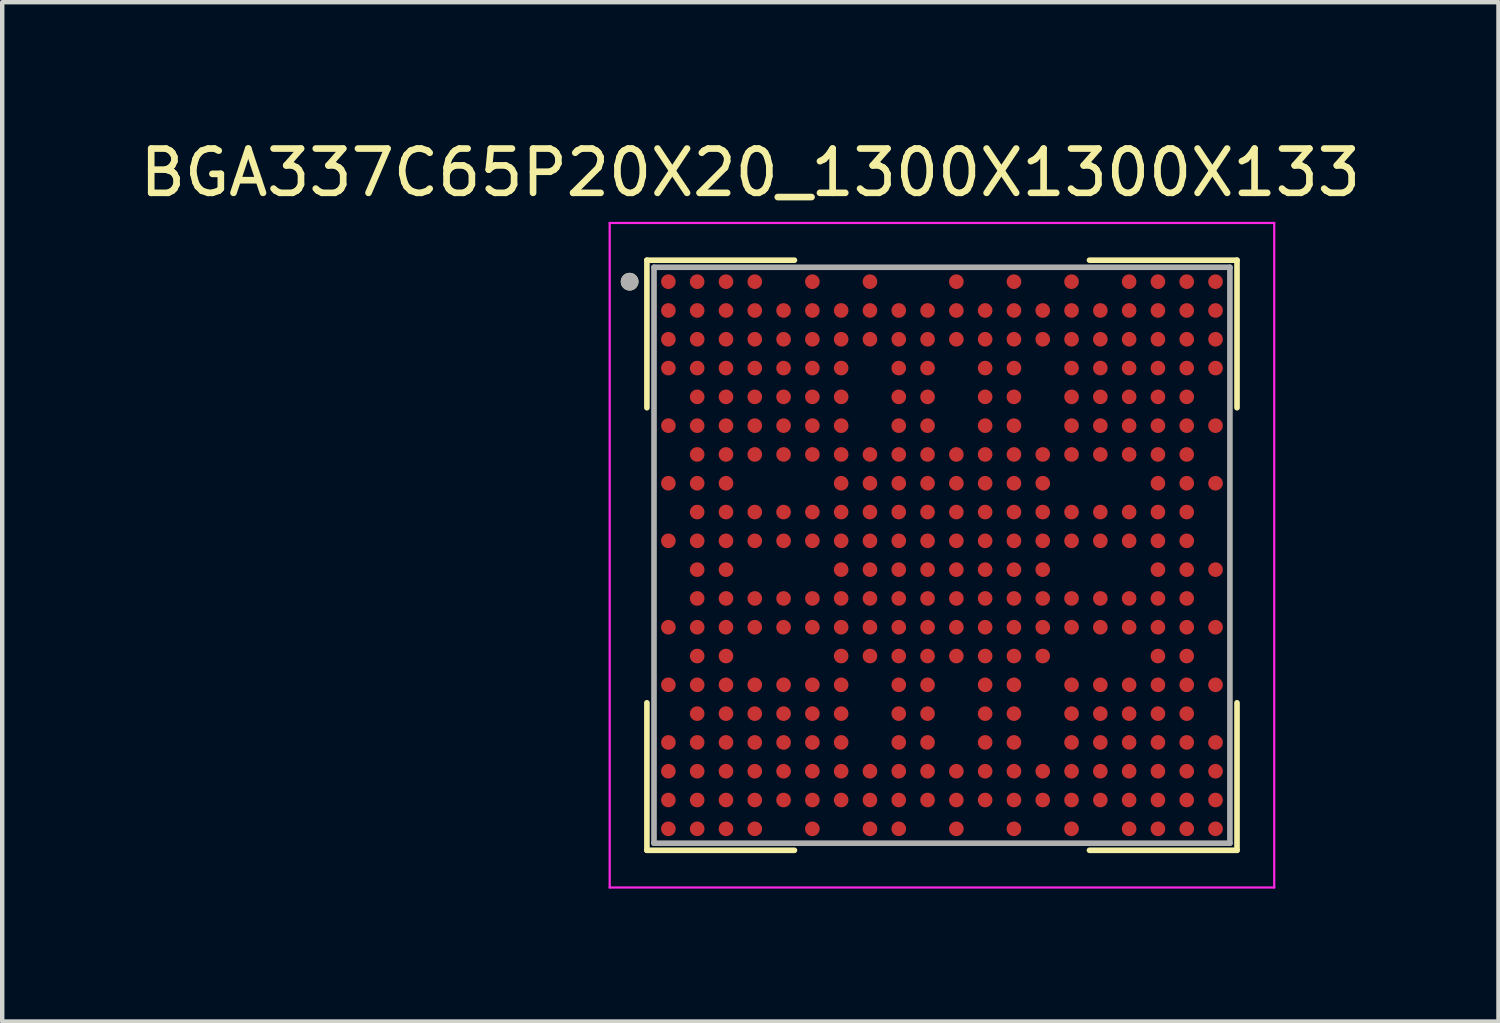
<source format=kicad_pcb>
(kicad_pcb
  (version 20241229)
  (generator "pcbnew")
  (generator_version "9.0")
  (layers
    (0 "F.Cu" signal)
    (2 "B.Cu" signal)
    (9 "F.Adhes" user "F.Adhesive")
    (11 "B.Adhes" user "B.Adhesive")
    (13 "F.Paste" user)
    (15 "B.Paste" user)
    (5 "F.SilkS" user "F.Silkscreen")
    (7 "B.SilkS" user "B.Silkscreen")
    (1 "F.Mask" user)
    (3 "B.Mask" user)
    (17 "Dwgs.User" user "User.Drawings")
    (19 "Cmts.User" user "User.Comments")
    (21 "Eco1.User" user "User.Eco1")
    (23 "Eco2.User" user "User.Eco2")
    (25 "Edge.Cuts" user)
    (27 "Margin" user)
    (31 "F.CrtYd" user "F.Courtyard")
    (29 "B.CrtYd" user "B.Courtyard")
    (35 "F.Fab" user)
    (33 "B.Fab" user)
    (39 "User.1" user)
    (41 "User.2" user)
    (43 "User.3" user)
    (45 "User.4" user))
  (footprint "BGA337C65P20X20_1300X1300X133"
    (layer "F.Cu")
    (at 18.212 9.483)
    (property "Reference" "BGA337C65P20X20_1300X1300X133" (at -4.325 -8.635 0) (layer "F.SilkS") (effects (font (size 1 1) (thickness 0.15))))
    (attr smd)
    (fp_line (start -6.66 -6.66) (end -6.66 -3.33) (stroke (width 0.127) (type solid)) (layer "F.SilkS"))
    (fp_line (start -6.66 -6.66) (end -3.33 -6.66) (stroke (width 0.127) (type solid)) (layer "F.SilkS"))
    (fp_line (start -6.66 6.66) (end -6.66 3.33) (stroke (width 0.127) (type solid)) (layer "F.SilkS"))
    (fp_line (start -6.66 6.66) (end -3.33 6.66) (stroke (width 0.127) (type solid)) (layer "F.SilkS"))
    (fp_line (start 6.66 -6.66) (end 3.33 -6.66) (stroke (width 0.127) (type solid)) (layer "F.SilkS"))
    (fp_line (start 6.66 -6.66) (end 6.66 -3.33) (stroke (width 0.127) (type solid)) (layer "F.SilkS"))
    (fp_line (start 6.66 6.66) (end 3.33 6.66) (stroke (width 0.127) (type solid)) (layer "F.SilkS"))
    (fp_line (start 6.66 6.66) (end 6.66 3.33) (stroke (width 0.127) (type solid)) (layer "F.SilkS"))
    (fp_circle (center -7.05 -6.175) (end -6.95 -6.175) (stroke (width 0.2) (type solid)) (fill no) (layer "F.SilkS"))
    (fp_line (start -7.5 -7.5) (end 7.5 -7.5) (stroke (width 0.05) (type solid)) (layer "F.CrtYd"))
    (fp_line (start -7.5 7.5) (end -7.5 -7.5) (stroke (width 0.05) (type solid)) (layer "F.CrtYd"))
    (fp_line (start -7.5 7.5) (end 7.5 7.5) (stroke (width 0.05) (type solid)) (layer "F.CrtYd"))
    (fp_line (start 7.5 7.5) (end 7.5 -7.5) (stroke (width 0.05) (type solid)) (layer "F.CrtYd"))
    (fp_line (start -6.5 6.5) (end -6.5 -6.5) (stroke (width 0.127) (type solid)) (layer "F.Fab"))
    (fp_line (start 6.5 -6.5) (end -6.5 -6.5) (stroke (width 0.127) (type solid)) (layer "F.Fab"))
    (fp_line (start 6.5 6.5) (end -6.5 6.5) (stroke (width 0.127) (type solid)) (layer "F.Fab"))
    (fp_line (start 6.5 6.5) (end 6.5 -6.5) (stroke (width 0.127) (type solid)) (layer "F.Fab"))
    (fp_circle (center -7.05 -6.175) (end -6.95 -6.175) (stroke (width 0.2) (type solid)) (fill no) (layer "F.Fab"))
    (pad "A1" smd circle (at -6.175 -6.175) (size 0.33 0.33) (layers "F.Cu" "F.Mask" "F.Paste"))
    (pad "A2" smd circle (at -5.525 -6.175) (size 0.33 0.33) (layers "F.Cu" "F.Mask" "F.Paste"))
    (pad "A3" smd circle (at -4.875 -6.175) (size 0.33 0.33) (layers "F.Cu" "F.Mask" "F.Paste"))
    (pad "A4" smd circle (at -4.225 -6.175) (size 0.33 0.33) (layers "F.Cu" "F.Mask" "F.Paste"))
    (pad "A6" smd circle (at -2.925 -6.175) (size 0.33 0.33) (layers "F.Cu" "F.Mask" "F.Paste"))
    (pad "A8" smd circle (at -1.625 -6.175) (size 0.33 0.33) (layers "F.Cu" "F.Mask" "F.Paste"))
    (pad "A11" smd circle (at 0.325 -6.175) (size 0.33 0.33) (layers "F.Cu" "F.Mask" "F.Paste"))
    (pad "A13" smd circle (at 1.625 -6.175) (size 0.33 0.33) (layers "F.Cu" "F.Mask" "F.Paste"))
    (pad "A15" smd circle (at 2.925 -6.175) (size 0.33 0.33) (layers "F.Cu" "F.Mask" "F.Paste"))
    (pad "A17" smd circle (at 4.225 -6.175) (size 0.33 0.33) (layers "F.Cu" "F.Mask" "F.Paste"))
    (pad "A18" smd circle (at 4.875 -6.175) (size 0.33 0.33) (layers "F.Cu" "F.Mask" "F.Paste"))
    (pad "A19" smd circle (at 5.525 -6.175) (size 0.33 0.33) (layers "F.Cu" "F.Mask" "F.Paste"))
    (pad "A20" smd circle (at 6.175 -6.175) (size 0.33 0.33) (layers "F.Cu" "F.Mask" "F.Paste"))
    (pad "B1" smd circle (at -6.175 -5.525) (size 0.33 0.33) (layers "F.Cu" "F.Mask" "F.Paste"))
    (pad "B2" smd circle (at -5.525 -5.525) (size 0.33 0.33) (layers "F.Cu" "F.Mask" "F.Paste"))
    (pad "B3" smd circle (at -4.875 -5.525) (size 0.33 0.33) (layers "F.Cu" "F.Mask" "F.Paste"))
    (pad "B4" smd circle (at -4.225 -5.525) (size 0.33 0.33) (layers "F.Cu" "F.Mask" "F.Paste"))
    (pad "B5" smd circle (at -3.575 -5.525) (size 0.33 0.33) (layers "F.Cu" "F.Mask" "F.Paste"))
    (pad "B6" smd circle (at -2.925 -5.525) (size 0.33 0.33) (layers "F.Cu" "F.Mask" "F.Paste"))
    (pad "B7" smd circle (at -2.275 -5.525) (size 0.33 0.33) (layers "F.Cu" "F.Mask" "F.Paste"))
    (pad "B8" smd circle (at -1.625 -5.525) (size 0.33 0.33) (layers "F.Cu" "F.Mask" "F.Paste"))
    (pad "B9" smd circle (at -0.975 -5.525) (size 0.33 0.33) (layers "F.Cu" "F.Mask" "F.Paste"))
    (pad "B10" smd circle (at -0.325 -5.525) (size 0.33 0.33) (layers "F.Cu" "F.Mask" "F.Paste"))
    (pad "B11" smd circle (at 0.325 -5.525) (size 0.33 0.33) (layers "F.Cu" "F.Mask" "F.Paste"))
    (pad "B12" smd circle (at 0.975 -5.525) (size 0.33 0.33) (layers "F.Cu" "F.Mask" "F.Paste"))
    (pad "B13" smd circle (at 1.625 -5.525) (size 0.33 0.33) (layers "F.Cu" "F.Mask" "F.Paste"))
    (pad "B14" smd circle (at 2.275 -5.525) (size 0.33 0.33) (layers "F.Cu" "F.Mask" "F.Paste"))
    (pad "B15" smd circle (at 2.925 -5.525) (size 0.33 0.33) (layers "F.Cu" "F.Mask" "F.Paste"))
    (pad "B16" smd circle (at 3.575 -5.525) (size 0.33 0.33) (layers "F.Cu" "F.Mask" "F.Paste"))
    (pad "B17" smd circle (at 4.225 -5.525) (size 0.33 0.33) (layers "F.Cu" "F.Mask" "F.Paste"))
    (pad "B18" smd circle (at 4.875 -5.525) (size 0.33 0.33) (layers "F.Cu" "F.Mask" "F.Paste"))
    (pad "B19" smd circle (at 5.525 -5.525) (size 0.33 0.33) (layers "F.Cu" "F.Mask" "F.Paste"))
    (pad "B20" smd circle (at 6.175 -5.525) (size 0.33 0.33) (layers "F.Cu" "F.Mask" "F.Paste"))
    (pad "C1" smd circle (at -6.175 -4.875) (size 0.33 0.33) (layers "F.Cu" "F.Mask" "F.Paste"))
    (pad "C2" smd circle (at -5.525 -4.875) (size 0.33 0.33) (layers "F.Cu" "F.Mask" "F.Paste"))
    (pad "C3" smd circle (at -4.875 -4.875) (size 0.33 0.33) (layers "F.Cu" "F.Mask" "F.Paste"))
    (pad "C4" smd circle (at -4.225 -4.875) (size 0.33 0.33) (layers "F.Cu" "F.Mask" "F.Paste"))
    (pad "C5" smd circle (at -3.575 -4.875) (size 0.33 0.33) (layers "F.Cu" "F.Mask" "F.Paste"))
    (pad "C6" smd circle (at -2.925 -4.875) (size 0.33 0.33) (layers "F.Cu" "F.Mask" "F.Paste"))
    (pad "C7" smd circle (at -2.275 -4.875) (size 0.33 0.33) (layers "F.Cu" "F.Mask" "F.Paste"))
    (pad "C8" smd circle (at -1.625 -4.875) (size 0.33 0.33) (layers "F.Cu" "F.Mask" "F.Paste"))
    (pad "C9" smd circle (at -0.975 -4.875) (size 0.33 0.33) (layers "F.Cu" "F.Mask" "F.Paste"))
    (pad "C10" smd circle (at -0.325 -4.875) (size 0.33 0.33) (layers "F.Cu" "F.Mask" "F.Paste"))
    (pad "C11" smd circle (at 0.325 -4.875) (size 0.33 0.33) (layers "F.Cu" "F.Mask" "F.Paste"))
    (pad "C12" smd circle (at 0.975 -4.875) (size 0.33 0.33) (layers "F.Cu" "F.Mask" "F.Paste"))
    (pad "C13" smd circle (at 1.625 -4.875) (size 0.33 0.33) (layers "F.Cu" "F.Mask" "F.Paste"))
    (pad "C14" smd circle (at 2.275 -4.875) (size 0.33 0.33) (layers "F.Cu" "F.Mask" "F.Paste"))
    (pad "C15" smd circle (at 2.925 -4.875) (size 0.33 0.33) (layers "F.Cu" "F.Mask" "F.Paste"))
    (pad "C16" smd circle (at 3.575 -4.875) (size 0.33 0.33) (layers "F.Cu" "F.Mask" "F.Paste"))
    (pad "C17" smd circle (at 4.225 -4.875) (size 0.33 0.33) (layers "F.Cu" "F.Mask" "F.Paste"))
    (pad "C18" smd circle (at 4.875 -4.875) (size 0.33 0.33) (layers "F.Cu" "F.Mask" "F.Paste"))
    (pad "C19" smd circle (at 5.525 -4.875) (size 0.33 0.33) (layers "F.Cu" "F.Mask" "F.Paste"))
    (pad "C20" smd circle (at 6.175 -4.875) (size 0.33 0.33) (layers "F.Cu" "F.Mask" "F.Paste"))
    (pad "D1" smd circle (at -6.175 -4.225) (size 0.33 0.33) (layers "F.Cu" "F.Mask" "F.Paste"))
    (pad "D2" smd circle (at -5.525 -4.225) (size 0.33 0.33) (layers "F.Cu" "F.Mask" "F.Paste"))
    (pad "D3" smd circle (at -4.875 -4.225) (size 0.33 0.33) (layers "F.Cu" "F.Mask" "F.Paste"))
    (pad "D4" smd circle (at -4.225 -4.225) (size 0.33 0.33) (layers "F.Cu" "F.Mask" "F.Paste"))
    (pad "D5" smd circle (at -3.575 -4.225) (size 0.33 0.33) (layers "F.Cu" "F.Mask" "F.Paste"))
    (pad "D6" smd circle (at -2.925 -4.225) (size 0.33 0.33) (layers "F.Cu" "F.Mask" "F.Paste"))
    (pad "D7" smd circle (at -2.275 -4.225) (size 0.33 0.33) (layers "F.Cu" "F.Mask" "F.Paste"))
    (pad "D9" smd circle (at -0.975 -4.225) (size 0.33 0.33) (layers "F.Cu" "F.Mask" "F.Paste"))
    (pad "D10" smd circle (at -0.325 -4.225) (size 0.33 0.33) (layers "F.Cu" "F.Mask" "F.Paste"))
    (pad "D12" smd circle (at 0.975 -4.225) (size 0.33 0.33) (layers "F.Cu" "F.Mask" "F.Paste"))
    (pad "D13" smd circle (at 1.625 -4.225) (size 0.33 0.33) (layers "F.Cu" "F.Mask" "F.Paste"))
    (pad "D15" smd circle (at 2.925 -4.225) (size 0.33 0.33) (layers "F.Cu" "F.Mask" "F.Paste"))
    (pad "D16" smd circle (at 3.575 -4.225) (size 0.33 0.33) (layers "F.Cu" "F.Mask" "F.Paste"))
    (pad "D17" smd circle (at 4.225 -4.225) (size 0.33 0.33) (layers "F.Cu" "F.Mask" "F.Paste"))
    (pad "D18" smd circle (at 4.875 -4.225) (size 0.33 0.33) (layers "F.Cu" "F.Mask" "F.Paste"))
    (pad "D19" smd circle (at 5.525 -4.225) (size 0.33 0.33) (layers "F.Cu" "F.Mask" "F.Paste"))
    (pad "D20" smd circle (at 6.175 -4.225) (size 0.33 0.33) (layers "F.Cu" "F.Mask" "F.Paste"))
    (pad "E2" smd circle (at -5.525 -3.575) (size 0.33 0.33) (layers "F.Cu" "F.Mask" "F.Paste"))
    (pad "E3" smd circle (at -4.875 -3.575) (size 0.33 0.33) (layers "F.Cu" "F.Mask" "F.Paste"))
    (pad "E4" smd circle (at -4.225 -3.575) (size 0.33 0.33) (layers "F.Cu" "F.Mask" "F.Paste"))
    (pad "E5" smd circle (at -3.575 -3.575) (size 0.33 0.33) (layers "F.Cu" "F.Mask" "F.Paste"))
    (pad "E6" smd circle (at -2.925 -3.575) (size 0.33 0.33) (layers "F.Cu" "F.Mask" "F.Paste"))
    (pad "E7" smd circle (at -2.275 -3.575) (size 0.33 0.33) (layers "F.Cu" "F.Mask" "F.Paste"))
    (pad "E9" smd circle (at -0.975 -3.575) (size 0.33 0.33) (layers "F.Cu" "F.Mask" "F.Paste"))
    (pad "E10" smd circle (at -0.325 -3.575) (size 0.33 0.33) (layers "F.Cu" "F.Mask" "F.Paste"))
    (pad "E12" smd circle (at 0.975 -3.575) (size 0.33 0.33) (layers "F.Cu" "F.Mask" "F.Paste"))
    (pad "E13" smd circle (at 1.625 -3.575) (size 0.33 0.33) (layers "F.Cu" "F.Mask" "F.Paste"))
    (pad "E15" smd circle (at 2.925 -3.575) (size 0.33 0.33) (layers "F.Cu" "F.Mask" "F.Paste"))
    (pad "E16" smd circle (at 3.575 -3.575) (size 0.33 0.33) (layers "F.Cu" "F.Mask" "F.Paste"))
    (pad "E17" smd circle (at 4.225 -3.575) (size 0.33 0.33) (layers "F.Cu" "F.Mask" "F.Paste"))
    (pad "E18" smd circle (at 4.875 -3.575) (size 0.33 0.33) (layers "F.Cu" "F.Mask" "F.Paste"))
    (pad "E19" smd circle (at 5.525 -3.575) (size 0.33 0.33) (layers "F.Cu" "F.Mask" "F.Paste"))
    (pad "F1" smd circle (at -6.175 -2.925) (size 0.33 0.33) (layers "F.Cu" "F.Mask" "F.Paste"))
    (pad "F2" smd circle (at -5.525 -2.925) (size 0.33 0.33) (layers "F.Cu" "F.Mask" "F.Paste"))
    (pad "F3" smd circle (at -4.875 -2.925) (size 0.33 0.33) (layers "F.Cu" "F.Mask" "F.Paste"))
    (pad "F4" smd circle (at -4.225 -2.925) (size 0.33 0.33) (layers "F.Cu" "F.Mask" "F.Paste"))
    (pad "F5" smd circle (at -3.575 -2.925) (size 0.33 0.33) (layers "F.Cu" "F.Mask" "F.Paste"))
    (pad "F6" smd circle (at -2.925 -2.925) (size 0.33 0.33) (layers "F.Cu" "F.Mask" "F.Paste"))
    (pad "F7" smd circle (at -2.275 -2.925) (size 0.33 0.33) (layers "F.Cu" "F.Mask" "F.Paste"))
    (pad "F9" smd circle (at -0.975 -2.925) (size 0.33 0.33) (layers "F.Cu" "F.Mask" "F.Paste"))
    (pad "F10" smd circle (at -0.325 -2.925) (size 0.33 0.33) (layers "F.Cu" "F.Mask" "F.Paste"))
    (pad "F12" smd circle (at 0.975 -2.925) (size 0.33 0.33) (layers "F.Cu" "F.Mask" "F.Paste"))
    (pad "F13" smd circle (at 1.625 -2.925) (size 0.33 0.33) (layers "F.Cu" "F.Mask" "F.Paste"))
    (pad "F15" smd circle (at 2.925 -2.925) (size 0.33 0.33) (layers "F.Cu" "F.Mask" "F.Paste"))
    (pad "F16" smd circle (at 3.575 -2.925) (size 0.33 0.33) (layers "F.Cu" "F.Mask" "F.Paste"))
    (pad "F17" smd circle (at 4.225 -2.925) (size 0.33 0.33) (layers "F.Cu" "F.Mask" "F.Paste"))
    (pad "F18" smd circle (at 4.875 -2.925) (size 0.33 0.33) (layers "F.Cu" "F.Mask" "F.Paste"))
    (pad "F19" smd circle (at 5.525 -2.925) (size 0.33 0.33) (layers "F.Cu" "F.Mask" "F.Paste"))
    (pad "F20" smd circle (at 6.175 -2.925) (size 0.33 0.33) (layers "F.Cu" "F.Mask" "F.Paste"))
    (pad "G2" smd circle (at -5.525 -2.275) (size 0.33 0.33) (layers "F.Cu" "F.Mask" "F.Paste"))
    (pad "G3" smd circle (at -4.875 -2.275) (size 0.33 0.33) (layers "F.Cu" "F.Mask" "F.Paste"))
    (pad "G4" smd circle (at -4.225 -2.275) (size 0.33 0.33) (layers "F.Cu" "F.Mask" "F.Paste"))
    (pad "G5" smd circle (at -3.575 -2.275) (size 0.33 0.33) (layers "F.Cu" "F.Mask" "F.Paste"))
    (pad "G6" smd circle (at -2.925 -2.275) (size 0.33 0.33) (layers "F.Cu" "F.Mask" "F.Paste"))
    (pad "G7" smd circle (at -2.275 -2.275) (size 0.33 0.33) (layers "F.Cu" "F.Mask" "F.Paste"))
    (pad "G8" smd circle (at -1.625 -2.275) (size 0.33 0.33) (layers "F.Cu" "F.Mask" "F.Paste"))
    (pad "G9" smd circle (at -0.975 -2.275) (size 0.33 0.33) (layers "F.Cu" "F.Mask" "F.Paste"))
    (pad "G10" smd circle (at -0.325 -2.275) (size 0.33 0.33) (layers "F.Cu" "F.Mask" "F.Paste"))
    (pad "G11" smd circle (at 0.325 -2.275) (size 0.33 0.33) (layers "F.Cu" "F.Mask" "F.Paste"))
    (pad "G12" smd circle (at 0.975 -2.275) (size 0.33 0.33) (layers "F.Cu" "F.Mask" "F.Paste"))
    (pad "G13" smd circle (at 1.625 -2.275) (size 0.33 0.33) (layers "F.Cu" "F.Mask" "F.Paste"))
    (pad "G14" smd circle (at 2.275 -2.275) (size 0.33 0.33) (layers "F.Cu" "F.Mask" "F.Paste"))
    (pad "G15" smd circle (at 2.925 -2.275) (size 0.33 0.33) (layers "F.Cu" "F.Mask" "F.Paste"))
    (pad "G16" smd circle (at 3.575 -2.275) (size 0.33 0.33) (layers "F.Cu" "F.Mask" "F.Paste"))
    (pad "G17" smd circle (at 4.225 -2.275) (size 0.33 0.33) (layers "F.Cu" "F.Mask" "F.Paste"))
    (pad "G18" smd circle (at 4.875 -2.275) (size 0.33 0.33) (layers "F.Cu" "F.Mask" "F.Paste"))
    (pad "G19" smd circle (at 5.525 -2.275) (size 0.33 0.33) (layers "F.Cu" "F.Mask" "F.Paste"))
    (pad "H1" smd circle (at -6.175 -1.625) (size 0.33 0.33) (layers "F.Cu" "F.Mask" "F.Paste"))
    (pad "H2" smd circle (at -5.525 -1.625) (size 0.33 0.33) (layers "F.Cu" "F.Mask" "F.Paste"))
    (pad "H3" smd circle (at -4.875 -1.625) (size 0.33 0.33) (layers "F.Cu" "F.Mask" "F.Paste"))
    (pad "H7" smd circle (at -2.275 -1.625) (size 0.33 0.33) (layers "F.Cu" "F.Mask" "F.Paste"))
    (pad "H8" smd circle (at -1.625 -1.625) (size 0.33 0.33) (layers "F.Cu" "F.Mask" "F.Paste"))
    (pad "H9" smd circle (at -0.975 -1.625) (size 0.33 0.33) (layers "F.Cu" "F.Mask" "F.Paste"))
    (pad "H10" smd circle (at -0.325 -1.625) (size 0.33 0.33) (layers "F.Cu" "F.Mask" "F.Paste"))
    (pad "H11" smd circle (at 0.325 -1.625) (size 0.33 0.33) (layers "F.Cu" "F.Mask" "F.Paste"))
    (pad "H12" smd circle (at 0.975 -1.625) (size 0.33 0.33) (layers "F.Cu" "F.Mask" "F.Paste"))
    (pad "H13" smd circle (at 1.625 -1.625) (size 0.33 0.33) (layers "F.Cu" "F.Mask" "F.Paste"))
    (pad "H14" smd circle (at 2.275 -1.625) (size 0.33 0.33) (layers "F.Cu" "F.Mask" "F.Paste"))
    (pad "H18" smd circle (at 4.875 -1.625) (size 0.33 0.33) (layers "F.Cu" "F.Mask" "F.Paste"))
    (pad "H19" smd circle (at 5.525 -1.625) (size 0.33 0.33) (layers "F.Cu" "F.Mask" "F.Paste"))
    (pad "H20" smd circle (at 6.175 -1.625) (size 0.33 0.33) (layers "F.Cu" "F.Mask" "F.Paste"))
    (pad "J2" smd circle (at -5.525 -0.975) (size 0.33 0.33) (layers "F.Cu" "F.Mask" "F.Paste"))
    (pad "J3" smd circle (at -4.875 -0.975) (size 0.33 0.33) (layers "F.Cu" "F.Mask" "F.Paste"))
    (pad "J4" smd circle (at -4.225 -0.975) (size 0.33 0.33) (layers "F.Cu" "F.Mask" "F.Paste"))
    (pad "J5" smd circle (at -3.575 -0.975) (size 0.33 0.33) (layers "F.Cu" "F.Mask" "F.Paste"))
    (pad "J6" smd circle (at -2.925 -0.975) (size 0.33 0.33) (layers "F.Cu" "F.Mask" "F.Paste"))
    (pad "J7" smd circle (at -2.275 -0.975) (size 0.33 0.33) (layers "F.Cu" "F.Mask" "F.Paste"))
    (pad "J8" smd circle (at -1.625 -0.975) (size 0.33 0.33) (layers "F.Cu" "F.Mask" "F.Paste"))
    (pad "J9" smd circle (at -0.975 -0.975) (size 0.33 0.33) (layers "F.Cu" "F.Mask" "F.Paste"))
    (pad "J10" smd circle (at -0.325 -0.975) (size 0.33 0.33) (layers "F.Cu" "F.Mask" "F.Paste"))
    (pad "J11" smd circle (at 0.325 -0.975) (size 0.33 0.33) (layers "F.Cu" "F.Mask" "F.Paste"))
    (pad "J12" smd circle (at 0.975 -0.975) (size 0.33 0.33) (layers "F.Cu" "F.Mask" "F.Paste"))
    (pad "J13" smd circle (at 1.625 -0.975) (size 0.33 0.33) (layers "F.Cu" "F.Mask" "F.Paste"))
    (pad "J14" smd circle (at 2.275 -0.975) (size 0.33 0.33) (layers "F.Cu" "F.Mask" "F.Paste"))
    (pad "J15" smd circle (at 2.925 -0.975) (size 0.33 0.33) (layers "F.Cu" "F.Mask" "F.Paste"))
    (pad "J16" smd circle (at 3.575 -0.975) (size 0.33 0.33) (layers "F.Cu" "F.Mask" "F.Paste"))
    (pad "J17" smd circle (at 4.225 -0.975) (size 0.33 0.33) (layers "F.Cu" "F.Mask" "F.Paste"))
    (pad "J18" smd circle (at 4.875 -0.975) (size 0.33 0.33) (layers "F.Cu" "F.Mask" "F.Paste"))
    (pad "J19" smd circle (at 5.525 -0.975) (size 0.33 0.33) (layers "F.Cu" "F.Mask" "F.Paste"))
    (pad "K1" smd circle (at -6.175 -0.325) (size 0.33 0.33) (layers "F.Cu" "F.Mask" "F.Paste"))
    (pad "K2" smd circle (at -5.525 -0.325) (size 0.33 0.33) (layers "F.Cu" "F.Mask" "F.Paste"))
    (pad "K3" smd circle (at -4.875 -0.325) (size 0.33 0.33) (layers "F.Cu" "F.Mask" "F.Paste"))
    (pad "K4" smd circle (at -4.225 -0.325) (size 0.33 0.33) (layers "F.Cu" "F.Mask" "F.Paste"))
    (pad "K5" smd circle (at -3.575 -0.325) (size 0.33 0.33) (layers "F.Cu" "F.Mask" "F.Paste"))
    (pad "K6" smd circle (at -2.925 -0.325) (size 0.33 0.33) (layers "F.Cu" "F.Mask" "F.Paste"))
    (pad "K7" smd circle (at -2.275 -0.325) (size 0.33 0.33) (layers "F.Cu" "F.Mask" "F.Paste"))
    (pad "K8" smd circle (at -1.625 -0.325) (size 0.33 0.33) (layers "F.Cu" "F.Mask" "F.Paste"))
    (pad "K9" smd circle (at -0.975 -0.325) (size 0.33 0.33) (layers "F.Cu" "F.Mask" "F.Paste"))
    (pad "K10" smd circle (at -0.325 -0.325) (size 0.33 0.33) (layers "F.Cu" "F.Mask" "F.Paste"))
    (pad "K11" smd circle (at 0.325 -0.325) (size 0.33 0.33) (layers "F.Cu" "F.Mask" "F.Paste"))
    (pad "K12" smd circle (at 0.975 -0.325) (size 0.33 0.33) (layers "F.Cu" "F.Mask" "F.Paste"))
    (pad "K13" smd circle (at 1.625 -0.325) (size 0.33 0.33) (layers "F.Cu" "F.Mask" "F.Paste"))
    (pad "K14" smd circle (at 2.275 -0.325) (size 0.33 0.33) (layers "F.Cu" "F.Mask" "F.Paste"))
    (pad "K15" smd circle (at 2.925 -0.325) (size 0.33 0.33) (layers "F.Cu" "F.Mask" "F.Paste"))
    (pad "K16" smd circle (at 3.575 -0.325) (size 0.33 0.33) (layers "F.Cu" "F.Mask" "F.Paste"))
    (pad "K17" smd circle (at 4.225 -0.325) (size 0.33 0.33) (layers "F.Cu" "F.Mask" "F.Paste"))
    (pad "K18" smd circle (at 4.875 -0.325) (size 0.33 0.33) (layers "F.Cu" "F.Mask" "F.Paste"))
    (pad "K19" smd circle (at 5.525 -0.325) (size 0.33 0.33) (layers "F.Cu" "F.Mask" "F.Paste"))
    (pad "L2" smd circle (at -5.525 0.325) (size 0.33 0.33) (layers "F.Cu" "F.Mask" "F.Paste"))
    (pad "L3" smd circle (at -4.875 0.325) (size 0.33 0.33) (layers "F.Cu" "F.Mask" "F.Paste"))
    (pad "L7" smd circle (at -2.275 0.325) (size 0.33 0.33) (layers "F.Cu" "F.Mask" "F.Paste"))
    (pad "L8" smd circle (at -1.625 0.325) (size 0.33 0.33) (layers "F.Cu" "F.Mask" "F.Paste"))
    (pad "L9" smd circle (at -0.975 0.325) (size 0.33 0.33) (layers "F.Cu" "F.Mask" "F.Paste"))
    (pad "L10" smd circle (at -0.325 0.325) (size 0.33 0.33) (layers "F.Cu" "F.Mask" "F.Paste"))
    (pad "L11" smd circle (at 0.325 0.325) (size 0.33 0.33) (layers "F.Cu" "F.Mask" "F.Paste"))
    (pad "L12" smd circle (at 0.975 0.325) (size 0.33 0.33) (layers "F.Cu" "F.Mask" "F.Paste"))
    (pad "L13" smd circle (at 1.625 0.325) (size 0.33 0.33) (layers "F.Cu" "F.Mask" "F.Paste"))
    (pad "L14" smd circle (at 2.275 0.325) (size 0.33 0.33) (layers "F.Cu" "F.Mask" "F.Paste"))
    (pad "L18" smd circle (at 4.875 0.325) (size 0.33 0.33) (layers "F.Cu" "F.Mask" "F.Paste"))
    (pad "L19" smd circle (at 5.525 0.325) (size 0.33 0.33) (layers "F.Cu" "F.Mask" "F.Paste"))
    (pad "L20" smd circle (at 6.175 0.325) (size 0.33 0.33) (layers "F.Cu" "F.Mask" "F.Paste"))
    (pad "M2" smd circle (at -5.525 0.975) (size 0.33 0.33) (layers "F.Cu" "F.Mask" "F.Paste"))
    (pad "M3" smd circle (at -4.875 0.975) (size 0.33 0.33) (layers "F.Cu" "F.Mask" "F.Paste"))
    (pad "M4" smd circle (at -4.225 0.975) (size 0.33 0.33) (layers "F.Cu" "F.Mask" "F.Paste"))
    (pad "M5" smd circle (at -3.575 0.975) (size 0.33 0.33) (layers "F.Cu" "F.Mask" "F.Paste"))
    (pad "M6" smd circle (at -2.925 0.975) (size 0.33 0.33) (layers "F.Cu" "F.Mask" "F.Paste"))
    (pad "M7" smd circle (at -2.275 0.975) (size 0.33 0.33) (layers "F.Cu" "F.Mask" "F.Paste"))
    (pad "M8" smd circle (at -1.625 0.975) (size 0.33 0.33) (layers "F.Cu" "F.Mask" "F.Paste"))
    (pad "M9" smd circle (at -0.975 0.975) (size 0.33 0.33) (layers "F.Cu" "F.Mask" "F.Paste"))
    (pad "M10" smd circle (at -0.325 0.975) (size 0.33 0.33) (layers "F.Cu" "F.Mask" "F.Paste"))
    (pad "M11" smd circle (at 0.325 0.975) (size 0.33 0.33) (layers "F.Cu" "F.Mask" "F.Paste"))
    (pad "M12" smd circle (at 0.975 0.975) (size 0.33 0.33) (layers "F.Cu" "F.Mask" "F.Paste"))
    (pad "M13" smd circle (at 1.625 0.975) (size 0.33 0.33) (layers "F.Cu" "F.Mask" "F.Paste"))
    (pad "M14" smd circle (at 2.275 0.975) (size 0.33 0.33) (layers "F.Cu" "F.Mask" "F.Paste"))
    (pad "M15" smd circle (at 2.925 0.975) (size 0.33 0.33) (layers "F.Cu" "F.Mask" "F.Paste"))
    (pad "M16" smd circle (at 3.575 0.975) (size 0.33 0.33) (layers "F.Cu" "F.Mask" "F.Paste"))
    (pad "M17" smd circle (at 4.225 0.975) (size 0.33 0.33) (layers "F.Cu" "F.Mask" "F.Paste"))
    (pad "M18" smd circle (at 4.875 0.975) (size 0.33 0.33) (layers "F.Cu" "F.Mask" "F.Paste"))
    (pad "M19" smd circle (at 5.525 0.975) (size 0.33 0.33) (layers "F.Cu" "F.Mask" "F.Paste"))
    (pad "N1" smd circle (at -6.175 1.625) (size 0.33 0.33) (layers "F.Cu" "F.Mask" "F.Paste"))
    (pad "N2" smd circle (at -5.525 1.625) (size 0.33 0.33) (layers "F.Cu" "F.Mask" "F.Paste"))
    (pad "N3" smd circle (at -4.875 1.625) (size 0.33 0.33) (layers "F.Cu" "F.Mask" "F.Paste"))
    (pad "N4" smd circle (at -4.225 1.625) (size 0.33 0.33) (layers "F.Cu" "F.Mask" "F.Paste"))
    (pad "N5" smd circle (at -3.575 1.625) (size 0.33 0.33) (layers "F.Cu" "F.Mask" "F.Paste"))
    (pad "N6" smd circle (at -2.925 1.625) (size 0.33 0.33) (layers "F.Cu" "F.Mask" "F.Paste"))
    (pad "N7" smd circle (at -2.275 1.625) (size 0.33 0.33) (layers "F.Cu" "F.Mask" "F.Paste"))
    (pad "N8" smd circle (at -1.625 1.625) (size 0.33 0.33) (layers "F.Cu" "F.Mask" "F.Paste"))
    (pad "N9" smd circle (at -0.975 1.625) (size 0.33 0.33) (layers "F.Cu" "F.Mask" "F.Paste"))
    (pad "N10" smd circle (at -0.325 1.625) (size 0.33 0.33) (layers "F.Cu" "F.Mask" "F.Paste"))
    (pad "N11" smd circle (at 0.325 1.625) (size 0.33 0.33) (layers "F.Cu" "F.Mask" "F.Paste"))
    (pad "N12" smd circle (at 0.975 1.625) (size 0.33 0.33) (layers "F.Cu" "F.Mask" "F.Paste"))
    (pad "N13" smd circle (at 1.625 1.625) (size 0.33 0.33) (layers "F.Cu" "F.Mask" "F.Paste"))
    (pad "N14" smd circle (at 2.275 1.625) (size 0.33 0.33) (layers "F.Cu" "F.Mask" "F.Paste"))
    (pad "N15" smd circle (at 2.925 1.625) (size 0.33 0.33) (layers "F.Cu" "F.Mask" "F.Paste"))
    (pad "N16" smd circle (at 3.575 1.625) (size 0.33 0.33) (layers "F.Cu" "F.Mask" "F.Paste"))
    (pad "N17" smd circle (at 4.225 1.625) (size 0.33 0.33) (layers "F.Cu" "F.Mask" "F.Paste"))
    (pad "N18" smd circle (at 4.875 1.625) (size 0.33 0.33) (layers "F.Cu" "F.Mask" "F.Paste"))
    (pad "N19" smd circle (at 5.525 1.625) (size 0.33 0.33) (layers "F.Cu" "F.Mask" "F.Paste"))
    (pad "N20" smd circle (at 6.175 1.625) (size 0.33 0.33) (layers "F.Cu" "F.Mask" "F.Paste"))
    (pad "P2" smd circle (at -5.525 2.275) (size 0.33 0.33) (layers "F.Cu" "F.Mask" "F.Paste"))
    (pad "P3" smd circle (at -4.875 2.275) (size 0.33 0.33) (layers "F.Cu" "F.Mask" "F.Paste"))
    (pad "P7" smd circle (at -2.275 2.275) (size 0.33 0.33) (layers "F.Cu" "F.Mask" "F.Paste"))
    (pad "P8" smd circle (at -1.625 2.275) (size 0.33 0.33) (layers "F.Cu" "F.Mask" "F.Paste"))
    (pad "P9" smd circle (at -0.975 2.275) (size 0.33 0.33) (layers "F.Cu" "F.Mask" "F.Paste"))
    (pad "P10" smd circle (at -0.325 2.275) (size 0.33 0.33) (layers "F.Cu" "F.Mask" "F.Paste"))
    (pad "P11" smd circle (at 0.325 2.275) (size 0.33 0.33) (layers "F.Cu" "F.Mask" "F.Paste"))
    (pad "P12" smd circle (at 0.975 2.275) (size 0.33 0.33) (layers "F.Cu" "F.Mask" "F.Paste"))
    (pad "P13" smd circle (at 1.625 2.275) (size 0.33 0.33) (layers "F.Cu" "F.Mask" "F.Paste"))
    (pad "P14" smd circle (at 2.275 2.275) (size 0.33 0.33) (layers "F.Cu" "F.Mask" "F.Paste"))
    (pad "P18" smd circle (at 4.875 2.275) (size 0.33 0.33) (layers "F.Cu" "F.Mask" "F.Paste"))
    (pad "P19" smd circle (at 5.525 2.275) (size 0.33 0.33) (layers "F.Cu" "F.Mask" "F.Paste"))
    (pad "R1" smd circle (at -6.175 2.925) (size 0.33 0.33) (layers "F.Cu" "F.Mask" "F.Paste"))
    (pad "R2" smd circle (at -5.525 2.925) (size 0.33 0.33) (layers "F.Cu" "F.Mask" "F.Paste"))
    (pad "R3" smd circle (at -4.875 2.925) (size 0.33 0.33) (layers "F.Cu" "F.Mask" "F.Paste"))
    (pad "R4" smd circle (at -4.225 2.925) (size 0.33 0.33) (layers "F.Cu" "F.Mask" "F.Paste"))
    (pad "R5" smd circle (at -3.575 2.925) (size 0.33 0.33) (layers "F.Cu" "F.Mask" "F.Paste"))
    (pad "R6" smd circle (at -2.925 2.925) (size 0.33 0.33) (layers "F.Cu" "F.Mask" "F.Paste"))
    (pad "R7" smd circle (at -2.275 2.925) (size 0.33 0.33) (layers "F.Cu" "F.Mask" "F.Paste"))
    (pad "R9" smd circle (at -0.975 2.925) (size 0.33 0.33) (layers "F.Cu" "F.Mask" "F.Paste"))
    (pad "R10" smd circle (at -0.325 2.925) (size 0.33 0.33) (layers "F.Cu" "F.Mask" "F.Paste"))
    (pad "R12" smd circle (at 0.975 2.925) (size 0.33 0.33) (layers "F.Cu" "F.Mask" "F.Paste"))
    (pad "R13" smd circle (at 1.625 2.925) (size 0.33 0.33) (layers "F.Cu" "F.Mask" "F.Paste"))
    (pad "R15" smd circle (at 2.925 2.925) (size 0.33 0.33) (layers "F.Cu" "F.Mask" "F.Paste"))
    (pad "R16" smd circle (at 3.575 2.925) (size 0.33 0.33) (layers "F.Cu" "F.Mask" "F.Paste"))
    (pad "R17" smd circle (at 4.225 2.925) (size 0.33 0.33) (layers "F.Cu" "F.Mask" "F.Paste"))
    (pad "R18" smd circle (at 4.875 2.925) (size 0.33 0.33) (layers "F.Cu" "F.Mask" "F.Paste"))
    (pad "R19" smd circle (at 5.525 2.925) (size 0.33 0.33) (layers "F.Cu" "F.Mask" "F.Paste"))
    (pad "R20" smd circle (at 6.175 2.925) (size 0.33 0.33) (layers "F.Cu" "F.Mask" "F.Paste"))
    (pad "T2" smd circle (at -5.525 3.575) (size 0.33 0.33) (layers "F.Cu" "F.Mask" "F.Paste"))
    (pad "T3" smd circle (at -4.875 3.575) (size 0.33 0.33) (layers "F.Cu" "F.Mask" "F.Paste"))
    (pad "T4" smd circle (at -4.225 3.575) (size 0.33 0.33) (layers "F.Cu" "F.Mask" "F.Paste"))
    (pad "T5" smd circle (at -3.575 3.575) (size 0.33 0.33) (layers "F.Cu" "F.Mask" "F.Paste"))
    (pad "T6" smd circle (at -2.925 3.575) (size 0.33 0.33) (layers "F.Cu" "F.Mask" "F.Paste"))
    (pad "T7" smd circle (at -2.275 3.575) (size 0.33 0.33) (layers "F.Cu" "F.Mask" "F.Paste"))
    (pad "T9" smd circle (at -0.975 3.575) (size 0.33 0.33) (layers "F.Cu" "F.Mask" "F.Paste"))
    (pad "T10" smd circle (at -0.325 3.575) (size 0.33 0.33) (layers "F.Cu" "F.Mask" "F.Paste"))
    (pad "T12" smd circle (at 0.975 3.575) (size 0.33 0.33) (layers "F.Cu" "F.Mask" "F.Paste"))
    (pad "T13" smd circle (at 1.625 3.575) (size 0.33 0.33) (layers "F.Cu" "F.Mask" "F.Paste"))
    (pad "T15" smd circle (at 2.925 3.575) (size 0.33 0.33) (layers "F.Cu" "F.Mask" "F.Paste"))
    (pad "T16" smd circle (at 3.575 3.575) (size 0.33 0.33) (layers "F.Cu" "F.Mask" "F.Paste"))
    (pad "T17" smd circle (at 4.225 3.575) (size 0.33 0.33) (layers "F.Cu" "F.Mask" "F.Paste"))
    (pad "T18" smd circle (at 4.875 3.575) (size 0.33 0.33) (layers "F.Cu" "F.Mask" "F.Paste"))
    (pad "T19" smd circle (at 5.525 3.575) (size 0.33 0.33) (layers "F.Cu" "F.Mask" "F.Paste"))
    (pad "U1" smd circle (at -6.175 4.225) (size 0.33 0.33) (layers "F.Cu" "F.Mask" "F.Paste"))
    (pad "U2" smd circle (at -5.525 4.225) (size 0.33 0.33) (layers "F.Cu" "F.Mask" "F.Paste"))
    (pad "U3" smd circle (at -4.875 4.225) (size 0.33 0.33) (layers "F.Cu" "F.Mask" "F.Paste"))
    (pad "U4" smd circle (at -4.225 4.225) (size 0.33 0.33) (layers "F.Cu" "F.Mask" "F.Paste"))
    (pad "U5" smd circle (at -3.575 4.225) (size 0.33 0.33) (layers "F.Cu" "F.Mask" "F.Paste"))
    (pad "U6" smd circle (at -2.925 4.225) (size 0.33 0.33) (layers "F.Cu" "F.Mask" "F.Paste"))
    (pad "U7" smd circle (at -2.275 4.225) (size 0.33 0.33) (layers "F.Cu" "F.Mask" "F.Paste"))
    (pad "U9" smd circle (at -0.975 4.225) (size 0.33 0.33) (layers "F.Cu" "F.Mask" "F.Paste"))
    (pad "U10" smd circle (at -0.325 4.225) (size 0.33 0.33) (layers "F.Cu" "F.Mask" "F.Paste"))
    (pad "U12" smd circle (at 0.975 4.225) (size 0.33 0.33) (layers "F.Cu" "F.Mask" "F.Paste"))
    (pad "U13" smd circle (at 1.625 4.225) (size 0.33 0.33) (layers "F.Cu" "F.Mask" "F.Paste"))
    (pad "U15" smd circle (at 2.925 4.225) (size 0.33 0.33) (layers "F.Cu" "F.Mask" "F.Paste"))
    (pad "U16" smd circle (at 3.575 4.225) (size 0.33 0.33) (layers "F.Cu" "F.Mask" "F.Paste"))
    (pad "U17" smd circle (at 4.225 4.225) (size 0.33 0.33) (layers "F.Cu" "F.Mask" "F.Paste"))
    (pad "U18" smd circle (at 4.875 4.225) (size 0.33 0.33) (layers "F.Cu" "F.Mask" "F.Paste"))
    (pad "U19" smd circle (at 5.525 4.225) (size 0.33 0.33) (layers "F.Cu" "F.Mask" "F.Paste"))
    (pad "U20" smd circle (at 6.175 4.225) (size 0.33 0.33) (layers "F.Cu" "F.Mask" "F.Paste"))
    (pad "V1" smd circle (at -6.175 4.875) (size 0.33 0.33) (layers "F.Cu" "F.Mask" "F.Paste"))
    (pad "V2" smd circle (at -5.525 4.875) (size 0.33 0.33) (layers "F.Cu" "F.Mask" "F.Paste"))
    (pad "V3" smd circle (at -4.875 4.875) (size 0.33 0.33) (layers "F.Cu" "F.Mask" "F.Paste"))
    (pad "V4" smd circle (at -4.225 4.875) (size 0.33 0.33) (layers "F.Cu" "F.Mask" "F.Paste"))
    (pad "V5" smd circle (at -3.575 4.875) (size 0.33 0.33) (layers "F.Cu" "F.Mask" "F.Paste"))
    (pad "V6" smd circle (at -2.925 4.875) (size 0.33 0.33) (layers "F.Cu" "F.Mask" "F.Paste"))
    (pad "V7" smd circle (at -2.275 4.875) (size 0.33 0.33) (layers "F.Cu" "F.Mask" "F.Paste"))
    (pad "V8" smd circle (at -1.625 4.875) (size 0.33 0.33) (layers "F.Cu" "F.Mask" "F.Paste"))
    (pad "V9" smd circle (at -0.975 4.875) (size 0.33 0.33) (layers "F.Cu" "F.Mask" "F.Paste"))
    (pad "V10" smd circle (at -0.325 4.875) (size 0.33 0.33) (layers "F.Cu" "F.Mask" "F.Paste"))
    (pad "V11" smd circle (at 0.325 4.875) (size 0.33 0.33) (layers "F.Cu" "F.Mask" "F.Paste"))
    (pad "V12" smd circle (at 0.975 4.875) (size 0.33 0.33) (layers "F.Cu" "F.Mask" "F.Paste"))
    (pad "V13" smd circle (at 1.625 4.875) (size 0.33 0.33) (layers "F.Cu" "F.Mask" "F.Paste"))
    (pad "V14" smd circle (at 2.275 4.875) (size 0.33 0.33) (layers "F.Cu" "F.Mask" "F.Paste"))
    (pad "V15" smd circle (at 2.925 4.875) (size 0.33 0.33) (layers "F.Cu" "F.Mask" "F.Paste"))
    (pad "V16" smd circle (at 3.575 4.875) (size 0.33 0.33) (layers "F.Cu" "F.Mask" "F.Paste"))
    (pad "V17" smd circle (at 4.225 4.875) (size 0.33 0.33) (layers "F.Cu" "F.Mask" "F.Paste"))
    (pad "V18" smd circle (at 4.875 4.875) (size 0.33 0.33) (layers "F.Cu" "F.Mask" "F.Paste"))
    (pad "V19" smd circle (at 5.525 4.875) (size 0.33 0.33) (layers "F.Cu" "F.Mask" "F.Paste"))
    (pad "V20" smd circle (at 6.175 4.875) (size 0.33 0.33) (layers "F.Cu" "F.Mask" "F.Paste"))
    (pad "W1" smd circle (at -6.175 5.525) (size 0.33 0.33) (layers "F.Cu" "F.Mask" "F.Paste"))
    (pad "W2" smd circle (at -5.525 5.525) (size 0.33 0.33) (layers "F.Cu" "F.Mask" "F.Paste"))
    (pad "W3" smd circle (at -4.875 5.525) (size 0.33 0.33) (layers "F.Cu" "F.Mask" "F.Paste"))
    (pad "W4" smd circle (at -4.225 5.525) (size 0.33 0.33) (layers "F.Cu" "F.Mask" "F.Paste"))
    (pad "W5" smd circle (at -3.575 5.525) (size 0.33 0.33) (layers "F.Cu" "F.Mask" "F.Paste"))
    (pad "W6" smd circle (at -2.925 5.525) (size 0.33 0.33) (layers "F.Cu" "F.Mask" "F.Paste"))
    (pad "W7" smd circle (at -2.275 5.525) (size 0.33 0.33) (layers "F.Cu" "F.Mask" "F.Paste"))
    (pad "W8" smd circle (at -1.625 5.525) (size 0.33 0.33) (layers "F.Cu" "F.Mask" "F.Paste"))
    (pad "W9" smd circle (at -0.975 5.525) (size 0.33 0.33) (layers "F.Cu" "F.Mask" "F.Paste"))
    (pad "W10" smd circle (at -0.325 5.525) (size 0.33 0.33) (layers "F.Cu" "F.Mask" "F.Paste"))
    (pad "W11" smd circle (at 0.325 5.525) (size 0.33 0.33) (layers "F.Cu" "F.Mask" "F.Paste"))
    (pad "W12" smd circle (at 0.975 5.525) (size 0.33 0.33) (layers "F.Cu" "F.Mask" "F.Paste"))
    (pad "W13" smd circle (at 1.625 5.525) (size 0.33 0.33) (layers "F.Cu" "F.Mask" "F.Paste"))
    (pad "W14" smd circle (at 2.275 5.525) (size 0.33 0.33) (layers "F.Cu" "F.Mask" "F.Paste"))
    (pad "W15" smd circle (at 2.925 5.525) (size 0.33 0.33) (layers "F.Cu" "F.Mask" "F.Paste"))
    (pad "W16" smd circle (at 3.575 5.525) (size 0.33 0.33) (layers "F.Cu" "F.Mask" "F.Paste"))
    (pad "W17" smd circle (at 4.225 5.525) (size 0.33 0.33) (layers "F.Cu" "F.Mask" "F.Paste"))
    (pad "W18" smd circle (at 4.875 5.525) (size 0.33 0.33) (layers "F.Cu" "F.Mask" "F.Paste"))
    (pad "W19" smd circle (at 5.525 5.525) (size 0.33 0.33) (layers "F.Cu" "F.Mask" "F.Paste"))
    (pad "W20" smd circle (at 6.175 5.525) (size 0.33 0.33) (layers "F.Cu" "F.Mask" "F.Paste"))
    (pad "Y1" smd circle (at -6.175 6.175) (size 0.33 0.33) (layers "F.Cu" "F.Mask" "F.Paste"))
    (pad "Y2" smd circle (at -5.525 6.175) (size 0.33 0.33) (layers "F.Cu" "F.Mask" "F.Paste"))
    (pad "Y3" smd circle (at -4.875 6.175) (size 0.33 0.33) (layers "F.Cu" "F.Mask" "F.Paste"))
    (pad "Y4" smd circle (at -4.225 6.175) (size 0.33 0.33) (layers "F.Cu" "F.Mask" "F.Paste"))
    (pad "Y6" smd circle (at -2.925 6.175) (size 0.33 0.33) (layers "F.Cu" "F.Mask" "F.Paste"))
    (pad "Y8" smd circle (at -1.625 6.175) (size 0.33 0.33) (layers "F.Cu" "F.Mask" "F.Paste"))
    (pad "Y9" smd circle (at -0.975 6.175) (size 0.33 0.33) (layers "F.Cu" "F.Mask" "F.Paste"))
    (pad "Y11" smd circle (at 0.325 6.175) (size 0.33 0.33) (layers "F.Cu" "F.Mask" "F.Paste"))
    (pad "Y13" smd circle (at 1.625 6.175) (size 0.33 0.33) (layers "F.Cu" "F.Mask" "F.Paste"))
    (pad "Y15" smd circle (at 2.925 6.175) (size 0.33 0.33) (layers "F.Cu" "F.Mask" "F.Paste"))
    (pad "Y17" smd circle (at 4.225 6.175) (size 0.33 0.33) (layers "F.Cu" "F.Mask" "F.Paste"))
    (pad "Y18" smd circle (at 4.875 6.175) (size 0.33 0.33) (layers "F.Cu" "F.Mask" "F.Paste"))
    (pad "Y19" smd circle (at 5.525 6.175) (size 0.33 0.33) (layers "F.Cu" "F.Mask" "F.Paste"))
    (pad "Y20" smd circle (at 6.175 6.175) (size 0.33 0.33) (layers "F.Cu" "F.Mask" "F.Paste")))
  (gr_rect
    (start -3 -3)
    (end 30.774 20.008)
    (stroke (width 0.1) (type default))
    (fill no)
    (layer "Edge.Cuts")))
</source>
